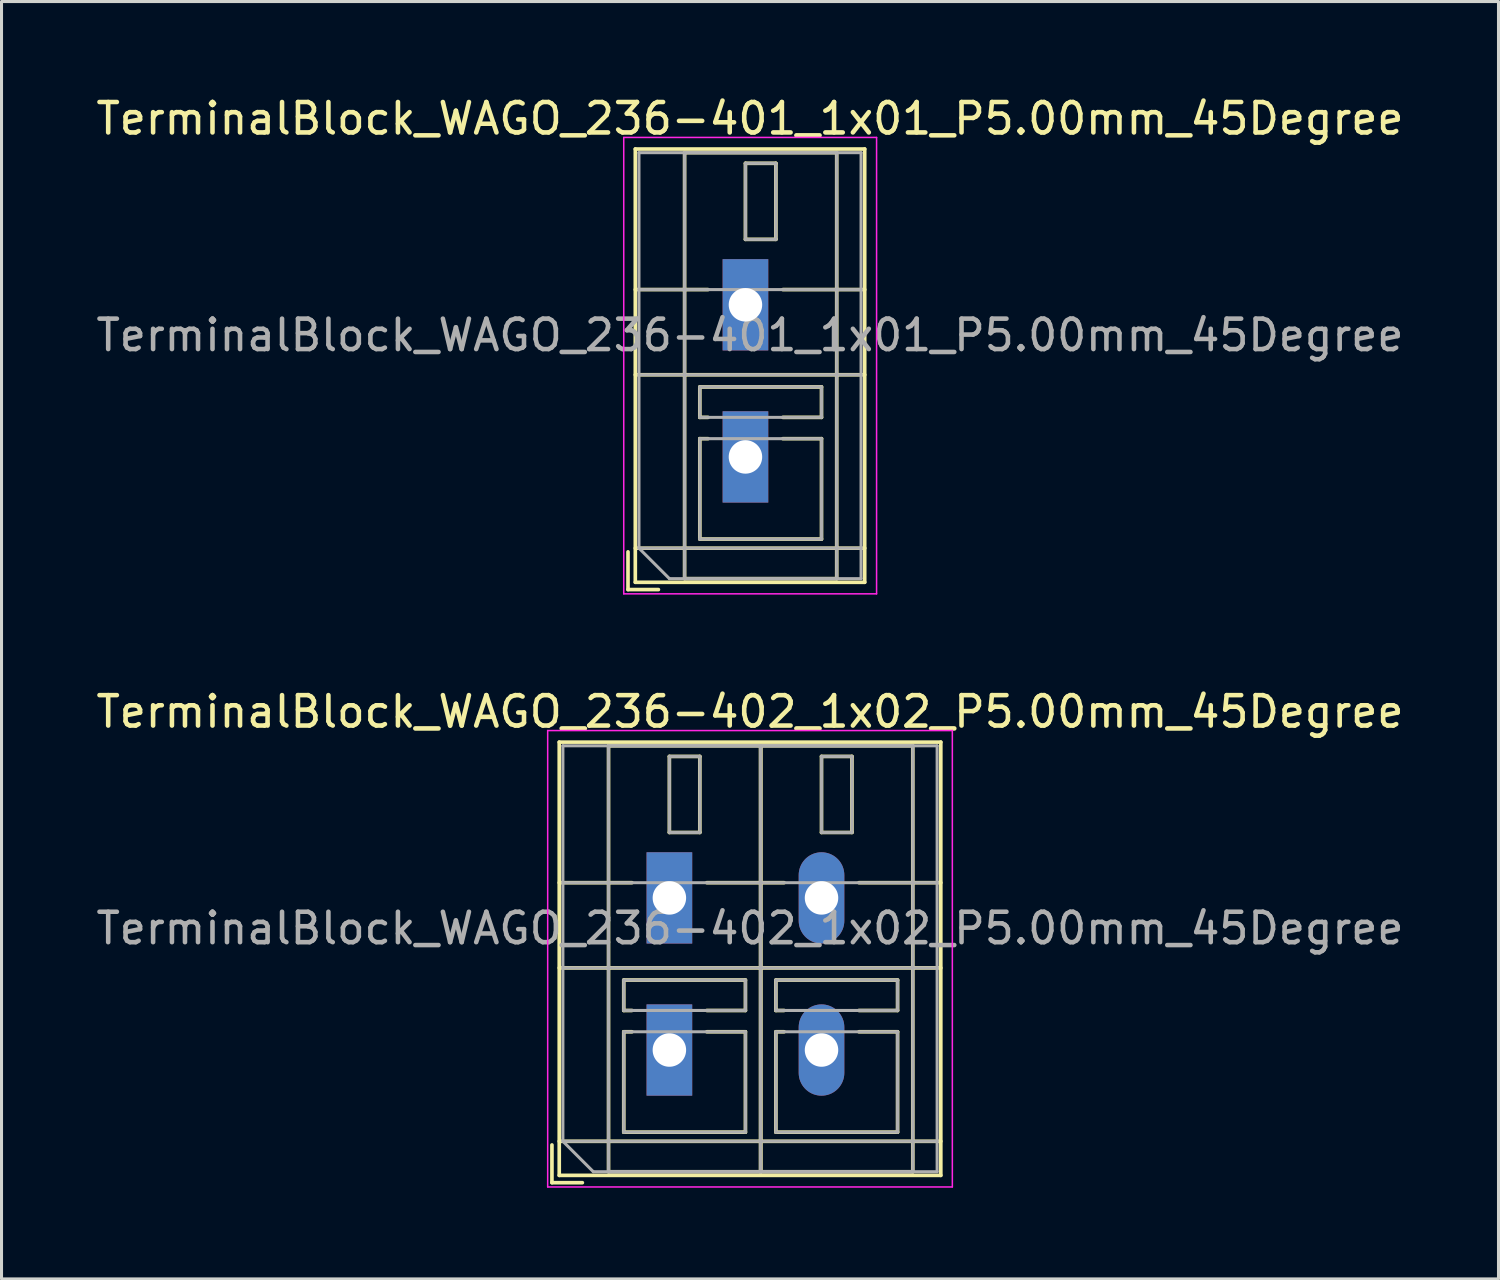
<source format=kicad_pcb>
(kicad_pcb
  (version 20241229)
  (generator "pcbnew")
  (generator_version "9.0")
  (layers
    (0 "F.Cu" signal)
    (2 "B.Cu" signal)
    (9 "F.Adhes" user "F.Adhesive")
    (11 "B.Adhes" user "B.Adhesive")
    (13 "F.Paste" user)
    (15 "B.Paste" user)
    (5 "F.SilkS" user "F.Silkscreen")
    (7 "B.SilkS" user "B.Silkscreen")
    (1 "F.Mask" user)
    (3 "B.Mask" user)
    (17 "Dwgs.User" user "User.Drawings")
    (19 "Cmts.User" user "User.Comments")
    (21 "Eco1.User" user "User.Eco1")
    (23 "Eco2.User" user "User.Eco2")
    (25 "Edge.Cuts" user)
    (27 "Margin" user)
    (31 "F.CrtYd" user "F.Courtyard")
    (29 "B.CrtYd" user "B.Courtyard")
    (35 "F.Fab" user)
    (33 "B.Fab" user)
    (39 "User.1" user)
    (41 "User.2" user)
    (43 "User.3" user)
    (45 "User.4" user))
  (footprint "TerminalBlock_WAGO_236-401_1x01_P5.00mm_45Degree"
    (layer "F.Cu")
    (at 21.451 6.968)
    (property "Reference" "TerminalBlock_WAGO_236-401_1x01_P5.00mm_45Degree" (at 0.15 -6.12 0) (layer "F.SilkS") (effects (font (size 1 1) (thickness 0.15))))
    (attr through_hole)
    (fp_line (start -3.86 8.12) (end -3.86 9.36) (stroke (width 0.12) (type solid)) (layer "F.SilkS"))
    (fp_line (start -3.86 9.36) (end -2.86 9.36) (stroke (width 0.12) (type solid)) (layer "F.SilkS"))
    (fp_line (start -3.62 -5.12) (end -3.62 9.12) (stroke (width 0.12) (type solid)) (layer "F.SilkS"))
    (fp_line (start -3.62 -5.12) (end 3.92 -5.12) (stroke (width 0.12) (type solid)) (layer "F.SilkS"))
    (fp_line (start -3.62 -0.5) (end -1.23 -0.5) (stroke (width 0.12) (type solid)) (layer "F.SilkS"))
    (fp_line (start -3.62 2.3) (end 3.92 2.3) (stroke (width 0.12) (type solid)) (layer "F.SilkS"))
    (fp_line (start -3.62 8) (end 3.92 8) (stroke (width 0.12) (type solid)) (layer "F.SilkS"))
    (fp_line (start -3.62 9.12) (end 3.92 9.12) (stroke (width 0.12) (type solid)) (layer "F.SilkS"))
    (fp_line (start -2 -5) (end -2 9) (stroke (width 0.12) (type solid)) (layer "F.SilkS"))
    (fp_line (start -2 -5) (end 3 -5) (stroke (width 0.12) (type solid)) (layer "F.SilkS"))
    (fp_line (start -2 9) (end 3 9) (stroke (width 0.12) (type solid)) (layer "F.SilkS"))
    (fp_line (start -1.5 2.7) (end -1.5 3.7) (stroke (width 0.12) (type solid)) (layer "F.SilkS"))
    (fp_line (start -1.5 2.7) (end 2.5 2.7) (stroke (width 0.12) (type solid)) (layer "F.SilkS"))
    (fp_line (start -1.5 3.7) (end -1.23 3.7) (stroke (width 0.12) (type solid)) (layer "F.SilkS"))
    (fp_line (start -1.5 4.4) (end -1.5 7.7) (stroke (width 0.12) (type solid)) (layer "F.SilkS"))
    (fp_line (start -1.5 4.4) (end -1.23 4.4) (stroke (width 0.12) (type solid)) (layer "F.SilkS"))
    (fp_line (start -1.5 7.7) (end 2.5 7.7) (stroke (width 0.12) (type solid)) (layer "F.SilkS"))
    (fp_line (start 0 -4.65) (end 0 -2.151) (stroke (width 0.12) (type solid)) (layer "F.SilkS"))
    (fp_line (start 0 -4.65) (end 1 -4.65) (stroke (width 0.12) (type solid)) (layer "F.SilkS"))
    (fp_line (start 0 -2.151) (end 1 -2.151) (stroke (width 0.12) (type solid)) (layer "F.SilkS"))
    (fp_line (start 1 -4.65) (end 1 -2.151) (stroke (width 0.12) (type solid)) (layer "F.SilkS"))
    (fp_line (start 1.23 -0.5) (end 3.92 -0.5) (stroke (width 0.12) (type solid)) (layer "F.SilkS"))
    (fp_line (start 1.23 3.7) (end 2.5 3.7) (stroke (width 0.12) (type solid)) (layer "F.SilkS"))
    (fp_line (start 1.23 4.4) (end 2.5 4.4) (stroke (width 0.12) (type solid)) (layer "F.SilkS"))
    (fp_line (start 2.5 2.7) (end 2.5 3.7) (stroke (width 0.12) (type solid)) (layer "F.SilkS"))
    (fp_line (start 2.5 4.4) (end 2.5 7.7) (stroke (width 0.12) (type solid)) (layer "F.SilkS"))
    (fp_line (start 3 -5) (end 3 9) (stroke (width 0.12) (type solid)) (layer "F.SilkS"))
    (fp_line (start 3.92 -5.12) (end 3.92 9.12) (stroke (width 0.12) (type solid)) (layer "F.SilkS"))
    (fp_line (start -4 -5.5) (end -4 9.5) (stroke (width 0.05) (type solid)) (layer "F.CrtYd"))
    (fp_line (start -4 9.5) (end 4.31 9.5) (stroke (width 0.05) (type solid)) (layer "F.CrtYd"))
    (fp_line (start 4.31 -5.5) (end -4 -5.5) (stroke (width 0.05) (type solid)) (layer "F.CrtYd"))
    (fp_line (start 4.31 9.5) (end 4.31 -5.5) (stroke (width 0.05) (type solid)) (layer "F.CrtYd"))
    (fp_line (start -3.5 -5) (end 3.8 -5) (stroke (width 0.1) (type solid)) (layer "F.Fab"))
    (fp_line (start -3.5 -0.5) (end 3.8 -0.5) (stroke (width 0.1) (type solid)) (layer "F.Fab"))
    (fp_line (start -3.5 2.3) (end 3.8 2.3) (stroke (width 0.1) (type solid)) (layer "F.Fab"))
    (fp_line (start -3.5 8) (end -3.5 -5) (stroke (width 0.1) (type solid)) (layer "F.Fab"))
    (fp_line (start -3.5 8) (end 3.8 8) (stroke (width 0.1) (type solid)) (layer "F.Fab"))
    (fp_line (start -2.5 9) (end -3.5 8) (stroke (width 0.1) (type solid)) (layer "F.Fab"))
    (fp_line (start -2 -5) (end -2 9) (stroke (width 0.1) (type solid)) (layer "F.Fab"))
    (fp_line (start -2 9) (end 3 9) (stroke (width 0.1) (type solid)) (layer "F.Fab"))
    (fp_line (start -1.5 2.7) (end -1.5 3.7) (stroke (width 0.1) (type solid)) (layer "F.Fab"))
    (fp_line (start -1.5 3.7) (end 2.5 3.7) (stroke (width 0.1) (type solid)) (layer "F.Fab"))
    (fp_line (start -1.5 4.4) (end -1.5 7.7) (stroke (width 0.1) (type solid)) (layer "F.Fab"))
    (fp_line (start -1.5 7.7) (end 2.5 7.7) (stroke (width 0.1) (type solid)) (layer "F.Fab"))
    (fp_line (start 0 -4.65) (end 0 -2.15) (stroke (width 0.1) (type solid)) (layer "F.Fab"))
    (fp_line (start 0 -2.15) (end 1 -2.15) (stroke (width 0.1) (type solid)) (layer "F.Fab"))
    (fp_line (start 1 -4.65) (end 0 -4.65) (stroke (width 0.1) (type solid)) (layer "F.Fab"))
    (fp_line (start 1 -2.15) (end 1 -4.65) (stroke (width 0.1) (type solid)) (layer "F.Fab"))
    (fp_line (start 2.5 2.7) (end -1.5 2.7) (stroke (width 0.1) (type solid)) (layer "F.Fab"))
    (fp_line (start 2.5 3.7) (end 2.5 2.7) (stroke (width 0.1) (type solid)) (layer "F.Fab"))
    (fp_line (start 2.5 4.4) (end -1.5 4.4) (stroke (width 0.1) (type solid)) (layer "F.Fab"))
    (fp_line (start 2.5 7.7) (end 2.5 4.4) (stroke (width 0.1) (type solid)) (layer "F.Fab"))
    (fp_line (start 3 -5) (end -2 -5) (stroke (width 0.1) (type solid)) (layer "F.Fab"))
    (fp_line (start 3 9) (end 3 -5) (stroke (width 0.1) (type solid)) (layer "F.Fab"))
    (fp_line (start 3.8 -5) (end 3.8 9) (stroke (width 0.1) (type solid)) (layer "F.Fab"))
    (fp_line (start 3.8 9) (end -2.5 9) (stroke (width 0.1) (type solid)) (layer "F.Fab"))
    (fp_text user "${REFERENCE}" (at 0.15 1 0) (layer "F.Fab") (effects (font (size 1 1) (thickness 0.15))))
    (pad "1" thru_hole rect (at 0 0) (size 1.5 3) (drill 1.1) (layers "*.Cu" "*.Mask"))
    (pad "1" thru_hole rect (at 0 5) (size 1.5 3) (drill 1.1) (layers "*.Cu" "*.Mask")))
  (footprint "TerminalBlock_WAGO_236-402_1x02_P5.00mm_45Degree"
    (layer "F.Cu")
    (at 18.951 26.462)
    (property "Reference" "TerminalBlock_WAGO_236-402_1x02_P5.00mm_45Degree" (at 2.65 -6.12 0) (layer "F.SilkS") (effects (font (size 1 1) (thickness 0.15))))
    (attr through_hole)
    (fp_line (start -3.86 8.12) (end -3.86 9.36) (stroke (width 0.12) (type solid)) (layer "F.SilkS"))
    (fp_line (start -3.86 9.36) (end -2.86 9.36) (stroke (width 0.12) (type solid)) (layer "F.SilkS"))
    (fp_line (start -3.62 -5.12) (end -3.62 9.12) (stroke (width 0.12) (type solid)) (layer "F.SilkS"))
    (fp_line (start -3.62 -5.12) (end 8.921 -5.12) (stroke (width 0.12) (type solid)) (layer "F.SilkS"))
    (fp_line (start -3.62 -0.5) (end -1.23 -0.5) (stroke (width 0.12) (type solid)) (layer "F.SilkS"))
    (fp_line (start -3.62 2.3) (end 8.921 2.3) (stroke (width 0.12) (type solid)) (layer "F.SilkS"))
    (fp_line (start -3.62 8) (end 8.921 8) (stroke (width 0.12) (type solid)) (layer "F.SilkS"))
    (fp_line (start -3.62 9.12) (end 8.921 9.12) (stroke (width 0.12) (type solid)) (layer "F.SilkS"))
    (fp_line (start -2 -5) (end -2 9) (stroke (width 0.12) (type solid)) (layer "F.SilkS"))
    (fp_line (start -2 -5) (end 3 -5) (stroke (width 0.12) (type solid)) (layer "F.SilkS"))
    (fp_line (start -2 9) (end 3 9) (stroke (width 0.12) (type solid)) (layer "F.SilkS"))
    (fp_line (start -1.5 2.7) (end -1.5 3.7) (stroke (width 0.12) (type solid)) (layer "F.SilkS"))
    (fp_line (start -1.5 2.7) (end 2.5 2.7) (stroke (width 0.12) (type solid)) (layer "F.SilkS"))
    (fp_line (start -1.5 3.7) (end -1.23 3.7) (stroke (width 0.12) (type solid)) (layer "F.SilkS"))
    (fp_line (start -1.5 4.4) (end -1.5 7.7) (stroke (width 0.12) (type solid)) (layer "F.SilkS"))
    (fp_line (start -1.5 4.4) (end -1.23 4.4) (stroke (width 0.12) (type solid)) (layer "F.SilkS"))
    (fp_line (start -1.5 7.7) (end 2.5 7.7) (stroke (width 0.12) (type solid)) (layer "F.SilkS"))
    (fp_line (start 0 -4.65) (end 0 -2.151) (stroke (width 0.12) (type solid)) (layer "F.SilkS"))
    (fp_line (start 0 -4.65) (end 1 -4.65) (stroke (width 0.12) (type solid)) (layer "F.SilkS"))
    (fp_line (start 0 -2.151) (end 1 -2.151) (stroke (width 0.12) (type solid)) (layer "F.SilkS"))
    (fp_line (start 1 -4.65) (end 1 -2.151) (stroke (width 0.12) (type solid)) (layer "F.SilkS"))
    (fp_line (start 1.23 -0.5) (end 3.77 -0.5) (stroke (width 0.12) (type solid)) (layer "F.SilkS"))
    (fp_line (start 1.23 3.7) (end 2.5 3.7) (stroke (width 0.12) (type solid)) (layer "F.SilkS"))
    (fp_line (start 1.23 4.4) (end 2.5 4.4) (stroke (width 0.12) (type solid)) (layer "F.SilkS"))
    (fp_line (start 2.5 2.7) (end 2.5 3.7) (stroke (width 0.12) (type solid)) (layer "F.SilkS"))
    (fp_line (start 2.5 4.4) (end 2.5 7.7) (stroke (width 0.12) (type solid)) (layer "F.SilkS"))
    (fp_line (start 3 -5) (end 3 9) (stroke (width 0.12) (type solid)) (layer "F.SilkS"))
    (fp_line (start 3 -5) (end 3 9) (stroke (width 0.12) (type solid)) (layer "F.SilkS"))
    (fp_line (start 3 -5) (end 8 -5) (stroke (width 0.12) (type solid)) (layer "F.SilkS"))
    (fp_line (start 3 9) (end 8 9) (stroke (width 0.12) (type solid)) (layer "F.SilkS"))
    (fp_line (start 3.5 2.7) (end 3.5 3.7) (stroke (width 0.12) (type solid)) (layer "F.SilkS"))
    (fp_line (start 3.5 2.7) (end 7.5 2.7) (stroke (width 0.12) (type solid)) (layer "F.SilkS"))
    (fp_line (start 3.5 3.7) (end 3.77 3.7) (stroke (width 0.12) (type solid)) (layer "F.SilkS"))
    (fp_line (start 3.5 4.4) (end 3.5 7.7) (stroke (width 0.12) (type solid)) (layer "F.SilkS"))
    (fp_line (start 3.5 4.4) (end 3.77 4.4) (stroke (width 0.12) (type solid)) (layer "F.SilkS"))
    (fp_line (start 3.5 7.7) (end 7.5 7.7) (stroke (width 0.12) (type solid)) (layer "F.SilkS"))
    (fp_line (start 5 -4.65) (end 5 -2.151) (stroke (width 0.12) (type solid)) (layer "F.SilkS"))
    (fp_line (start 5 -4.65) (end 6 -4.65) (stroke (width 0.12) (type solid)) (layer "F.SilkS"))
    (fp_line (start 5 -2.151) (end 6 -2.151) (stroke (width 0.12) (type solid)) (layer "F.SilkS"))
    (fp_line (start 6 -4.65) (end 6 -2.151) (stroke (width 0.12) (type solid)) (layer "F.SilkS"))
    (fp_line (start 6.23 -0.5) (end 8.921 -0.5) (stroke (width 0.12) (type solid)) (layer "F.SilkS"))
    (fp_line (start 6.23 3.7) (end 7.5 3.7) (stroke (width 0.12) (type solid)) (layer "F.SilkS"))
    (fp_line (start 6.23 4.4) (end 7.5 4.4) (stroke (width 0.12) (type solid)) (layer "F.SilkS"))
    (fp_line (start 7.5 2.7) (end 7.5 3.7) (stroke (width 0.12) (type solid)) (layer "F.SilkS"))
    (fp_line (start 7.5 4.4) (end 7.5 7.7) (stroke (width 0.12) (type solid)) (layer "F.SilkS"))
    (fp_line (start 8 -5) (end 8 9) (stroke (width 0.12) (type solid)) (layer "F.SilkS"))
    (fp_line (start 8.921 -5.12) (end 8.921 9.12) (stroke (width 0.12) (type solid)) (layer "F.SilkS"))
    (fp_line (start -4 -5.5) (end -4 9.5) (stroke (width 0.05) (type solid)) (layer "F.CrtYd"))
    (fp_line (start -4 9.5) (end 9.3 9.5) (stroke (width 0.05) (type solid)) (layer "F.CrtYd"))
    (fp_line (start 9.3 -5.5) (end -4 -5.5) (stroke (width 0.05) (type solid)) (layer "F.CrtYd"))
    (fp_line (start 9.3 9.5) (end 9.3 -5.5) (stroke (width 0.05) (type solid)) (layer "F.CrtYd"))
    (fp_line (start -3.5 -5) (end 8.8 -5) (stroke (width 0.1) (type solid)) (layer "F.Fab"))
    (fp_line (start -3.5 -0.5) (end 8.8 -0.5) (stroke (width 0.1) (type solid)) (layer "F.Fab"))
    (fp_line (start -3.5 2.3) (end 8.8 2.3) (stroke (width 0.1) (type solid)) (layer "F.Fab"))
    (fp_line (start -3.5 8) (end -3.5 -5) (stroke (width 0.1) (type solid)) (layer "F.Fab"))
    (fp_line (start -3.5 8) (end 8.8 8) (stroke (width 0.1) (type solid)) (layer "F.Fab"))
    (fp_line (start -2.5 9) (end -3.5 8) (stroke (width 0.1) (type solid)) (layer "F.Fab"))
    (fp_line (start -2 -5) (end -2 9) (stroke (width 0.1) (type solid)) (layer "F.Fab"))
    (fp_line (start -2 9) (end 3 9) (stroke (width 0.1) (type solid)) (layer "F.Fab"))
    (fp_line (start -1.5 2.7) (end -1.5 3.7) (stroke (width 0.1) (type solid)) (layer "F.Fab"))
    (fp_line (start -1.5 3.7) (end 2.5 3.7) (stroke (width 0.1) (type solid)) (layer "F.Fab"))
    (fp_line (start -1.5 4.4) (end -1.5 7.7) (stroke (width 0.1) (type solid)) (layer "F.Fab"))
    (fp_line (start -1.5 7.7) (end 2.5 7.7) (stroke (width 0.1) (type solid)) (layer "F.Fab"))
    (fp_line (start 0 -4.65) (end 0 -2.15) (stroke (width 0.1) (type solid)) (layer "F.Fab"))
    (fp_line (start 0 -2.15) (end 1 -2.15) (stroke (width 0.1) (type solid)) (layer "F.Fab"))
    (fp_line (start 1 -4.65) (end 0 -4.65) (stroke (width 0.1) (type solid)) (layer "F.Fab"))
    (fp_line (start 1 -2.15) (end 1 -4.65) (stroke (width 0.1) (type solid)) (layer "F.Fab"))
    (fp_line (start 2.5 2.7) (end -1.5 2.7) (stroke (width 0.1) (type solid)) (layer "F.Fab"))
    (fp_line (start 2.5 3.7) (end 2.5 2.7) (stroke (width 0.1) (type solid)) (layer "F.Fab"))
    (fp_line (start 2.5 4.4) (end -1.5 4.4) (stroke (width 0.1) (type solid)) (layer "F.Fab"))
    (fp_line (start 2.5 7.7) (end 2.5 4.4) (stroke (width 0.1) (type solid)) (layer "F.Fab"))
    (fp_line (start 3 -5) (end -2 -5) (stroke (width 0.1) (type solid)) (layer "F.Fab"))
    (fp_line (start 3 -5) (end 3 9) (stroke (width 0.1) (type solid)) (layer "F.Fab"))
    (fp_line (start 3 9) (end 3 -5) (stroke (width 0.1) (type solid)) (layer "F.Fab"))
    (fp_line (start 3 9) (end 8 9) (stroke (width 0.1) (type solid)) (layer "F.Fab"))
    (fp_line (start 3.5 2.7) (end 3.5 3.7) (stroke (width 0.1) (type solid)) (layer "F.Fab"))
    (fp_line (start 3.5 3.7) (end 7.5 3.7) (stroke (width 0.1) (type solid)) (layer "F.Fab"))
    (fp_line (start 3.5 4.4) (end 3.5 7.7) (stroke (width 0.1) (type solid)) (layer "F.Fab"))
    (fp_line (start 3.5 7.7) (end 7.5 7.7) (stroke (width 0.1) (type solid)) (layer "F.Fab"))
    (fp_line (start 5 -4.65) (end 5 -2.15) (stroke (width 0.1) (type solid)) (layer "F.Fab"))
    (fp_line (start 5 -2.15) (end 6 -2.15) (stroke (width 0.1) (type solid)) (layer "F.Fab"))
    (fp_line (start 6 -4.65) (end 5 -4.65) (stroke (width 0.1) (type solid)) (layer "F.Fab"))
    (fp_line (start 6 -2.15) (end 6 -4.65) (stroke (width 0.1) (type solid)) (layer "F.Fab"))
    (fp_line (start 7.5 2.7) (end 3.5 2.7) (stroke (width 0.1) (type solid)) (layer "F.Fab"))
    (fp_line (start 7.5 3.7) (end 7.5 2.7) (stroke (width 0.1) (type solid)) (layer "F.Fab"))
    (fp_line (start 7.5 4.4) (end 3.5 4.4) (stroke (width 0.1) (type solid)) (layer "F.Fab"))
    (fp_line (start 7.5 7.7) (end 7.5 4.4) (stroke (width 0.1) (type solid)) (layer "F.Fab"))
    (fp_line (start 8 -5) (end 3 -5) (stroke (width 0.1) (type solid)) (layer "F.Fab"))
    (fp_line (start 8 9) (end 8 -5) (stroke (width 0.1) (type solid)) (layer "F.Fab"))
    (fp_line (start 8.8 -5) (end 8.8 9) (stroke (width 0.1) (type solid)) (layer "F.Fab"))
    (fp_line (start 8.8 9) (end -2.5 9) (stroke (width 0.1) (type solid)) (layer "F.Fab"))
    (fp_text user "${REFERENCE}" (at 2.65 1 0) (layer "F.Fab") (effects (font (size 1 1) (thickness 0.15))))
    (pad "1" thru_hole rect (at 0 0) (size 1.5 3) (drill 1.1) (layers "*.Cu" "*.Mask"))
    (pad "1" thru_hole rect (at 0 5) (size 1.5 3) (drill 1.1) (layers "*.Cu" "*.Mask"))
    (pad "2" thru_hole oval (at 5 0) (size 1.5 3) (drill 1.1) (layers "*.Cu" "*.Mask"))
    (pad "2" thru_hole oval (at 5 5) (size 1.5 3) (drill 1.1) (layers "*.Cu" "*.Mask")))
  (gr_rect
    (start -3 -3)
    (end 46.202 38.986)
    (stroke (width 0.1) (type default))
    (fill no)
    (layer "Edge.Cuts")))
</source>
